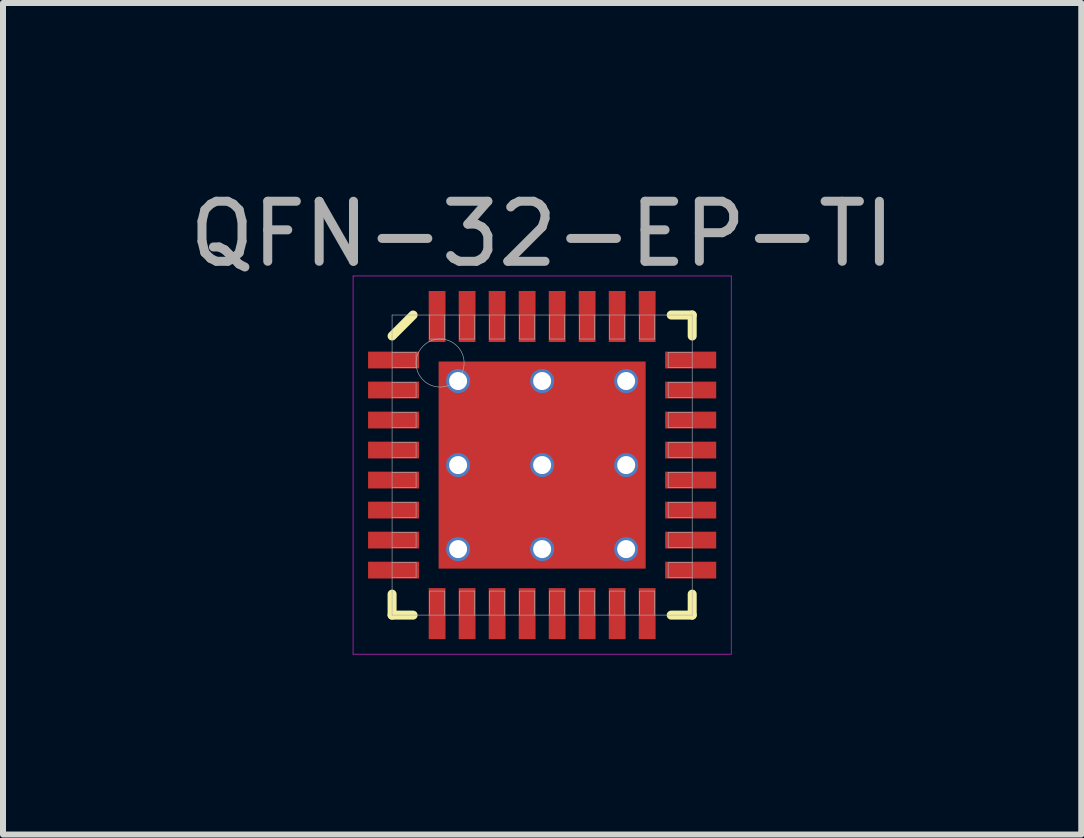
<source format=kicad_pcb>
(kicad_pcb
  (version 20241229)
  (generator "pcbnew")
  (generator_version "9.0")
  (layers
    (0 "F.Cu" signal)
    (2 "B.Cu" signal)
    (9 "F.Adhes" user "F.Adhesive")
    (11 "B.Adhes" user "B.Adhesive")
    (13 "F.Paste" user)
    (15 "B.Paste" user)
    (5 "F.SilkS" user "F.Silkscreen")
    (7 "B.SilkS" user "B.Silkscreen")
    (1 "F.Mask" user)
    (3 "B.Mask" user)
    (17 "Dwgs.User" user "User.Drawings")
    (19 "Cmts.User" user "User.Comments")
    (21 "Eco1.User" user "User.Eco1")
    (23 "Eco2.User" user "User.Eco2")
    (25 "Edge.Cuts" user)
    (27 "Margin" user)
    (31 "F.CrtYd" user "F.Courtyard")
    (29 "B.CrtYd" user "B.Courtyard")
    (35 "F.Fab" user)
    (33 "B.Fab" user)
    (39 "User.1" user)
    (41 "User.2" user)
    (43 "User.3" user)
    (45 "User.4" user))
  (footprint "QFN-32-EP-TI"
    (layer "F.Cu")
    (at 5.982 4.698)
    (property "Reference" "QFN-32-EP-TI" (at 0 -3.85 0) (layer "F.Fab") (effects (font (size 1 1) (thickness 0.15))))
    (attr through_hole)
    (fp_line (start -2.5 -2.15) (end -2.15 -2.5) (stroke (width 0.15) (type solid)) (layer "F.SilkS"))
    (fp_line (start -2.5 2.5) (end -2.5 2.15) (stroke (width 0.15) (type solid)) (layer "F.SilkS"))
    (fp_line (start -2.15 2.5) (end -2.5 2.5) (stroke (width 0.15) (type solid)) (layer "F.SilkS"))
    (fp_line (start 2.15 -2.5) (end 2.5 -2.5) (stroke (width 0.15) (type solid)) (layer "F.SilkS"))
    (fp_line (start 2.15 2.5) (end 2.5 2.5) (stroke (width 0.15) (type solid)) (layer "F.SilkS"))
    (fp_line (start 2.5 -2.5) (end 2.5 -2.15) (stroke (width 0.15) (type solid)) (layer "F.SilkS"))
    (fp_line (start 2.5 2.5) (end 2.5 2.15) (stroke (width 0.15) (type solid)) (layer "F.SilkS"))
    (fp_line (start -3.15 -3.15) (end 3.15 -3.15) (stroke (width 0.01) (type solid)) (layer "F.CrtYd"))
    (fp_line (start -3.15 3.15) (end -3.15 -3.15) (stroke (width 0.01) (type solid)) (layer "F.CrtYd"))
    (fp_line (start 3.15 -3.15) (end 3.15 3.15) (stroke (width 0.01) (type solid)) (layer "F.CrtYd"))
    (fp_line (start 3.15 3.15) (end -3.15 3.15) (stroke (width 0.01) (type solid)) (layer "F.CrtYd"))
    (fp_line (start -2.5 -2.5) (end 2.5 -2.5) (stroke (width 0.01) (type solid)) (layer "F.Fab"))
    (fp_line (start -2.5 -1.625) (end -2.1 -1.625) (stroke (width 0.01) (type solid)) (layer "F.Fab"))
    (fp_line (start -2.5 -1.125) (end -2.1 -1.125) (stroke (width 0.01) (type solid)) (layer "F.Fab"))
    (fp_line (start -2.5 -0.625) (end -2.1 -0.625) (stroke (width 0.01) (type solid)) (layer "F.Fab"))
    (fp_line (start -2.5 -0.125) (end -2.1 -0.125) (stroke (width 0.01) (type solid)) (layer "F.Fab"))
    (fp_line (start -2.5 0.375) (end -2.1 0.375) (stroke (width 0.01) (type solid)) (layer "F.Fab"))
    (fp_line (start -2.5 0.875) (end -2.1 0.875) (stroke (width 0.01) (type solid)) (layer "F.Fab"))
    (fp_line (start -2.5 1.375) (end -2.1 1.375) (stroke (width 0.01) (type solid)) (layer "F.Fab"))
    (fp_line (start -2.5 1.875) (end -2.1 1.875) (stroke (width 0.01) (type solid)) (layer "F.Fab"))
    (fp_line (start -2.5 2.5) (end -2.5 -2.5) (stroke (width 0.01) (type solid)) (layer "F.Fab"))
    (fp_line (start -2.1 -1.875) (end -2.5 -1.875) (stroke (width 0.01) (type solid)) (layer "F.Fab"))
    (fp_line (start -2.1 -1.625) (end -2.1 -1.875) (stroke (width 0.01) (type solid)) (layer "F.Fab"))
    (fp_line (start -2.1 -1.375) (end -2.5 -1.375) (stroke (width 0.01) (type solid)) (layer "F.Fab"))
    (fp_line (start -2.1 -1.125) (end -2.1 -1.375) (stroke (width 0.01) (type solid)) (layer "F.Fab"))
    (fp_line (start -2.1 -0.875) (end -2.5 -0.875) (stroke (width 0.01) (type solid)) (layer "F.Fab"))
    (fp_line (start -2.1 -0.625) (end -2.1 -0.875) (stroke (width 0.01) (type solid)) (layer "F.Fab"))
    (fp_line (start -2.1 -0.375) (end -2.5 -0.375) (stroke (width 0.01) (type solid)) (layer "F.Fab"))
    (fp_line (start -2.1 -0.125) (end -2.1 -0.375) (stroke (width 0.01) (type solid)) (layer "F.Fab"))
    (fp_line (start -2.1 0.125) (end -2.5 0.125) (stroke (width 0.01) (type solid)) (layer "F.Fab"))
    (fp_line (start -2.1 0.375) (end -2.1 0.125) (stroke (width 0.01) (type solid)) (layer "F.Fab"))
    (fp_line (start -2.1 0.625) (end -2.5 0.625) (stroke (width 0.01) (type solid)) (layer "F.Fab"))
    (fp_line (start -2.1 0.875) (end -2.1 0.625) (stroke (width 0.01) (type solid)) (layer "F.Fab"))
    (fp_line (start -2.1 1.125) (end -2.5 1.125) (stroke (width 0.01) (type solid)) (layer "F.Fab"))
    (fp_line (start -2.1 1.375) (end -2.1 1.125) (stroke (width 0.01) (type solid)) (layer "F.Fab"))
    (fp_line (start -2.1 1.625) (end -2.5 1.625) (stroke (width 0.01) (type solid)) (layer "F.Fab"))
    (fp_line (start -2.1 1.875) (end -2.1 1.625) (stroke (width 0.01) (type solid)) (layer "F.Fab"))
    (fp_line (start -1.875 -2.5) (end -1.875 -2.1) (stroke (width 0.01) (type solid)) (layer "F.Fab"))
    (fp_line (start -1.875 -2.1) (end -1.625 -2.1) (stroke (width 0.01) (type solid)) (layer "F.Fab"))
    (fp_line (start -1.875 2.1) (end -1.875 2.5) (stroke (width 0.01) (type solid)) (layer "F.Fab"))
    (fp_line (start -1.625 -2.1) (end -1.625 -2.5) (stroke (width 0.01) (type solid)) (layer "F.Fab"))
    (fp_line (start -1.625 2.1) (end -1.875 2.1) (stroke (width 0.01) (type solid)) (layer "F.Fab"))
    (fp_line (start -1.625 2.5) (end -1.625 2.1) (stroke (width 0.01) (type solid)) (layer "F.Fab"))
    (fp_line (start -1.375 -2.5) (end -1.375 -2.1) (stroke (width 0.01) (type solid)) (layer "F.Fab"))
    (fp_line (start -1.375 -2.1) (end -1.125 -2.1) (stroke (width 0.01) (type solid)) (layer "F.Fab"))
    (fp_line (start -1.375 2.1) (end -1.375 2.5) (stroke (width 0.01) (type solid)) (layer "F.Fab"))
    (fp_line (start -1.125 -2.1) (end -1.125 -2.5) (stroke (width 0.01) (type solid)) (layer "F.Fab"))
    (fp_line (start -1.125 2.1) (end -1.375 2.1) (stroke (width 0.01) (type solid)) (layer "F.Fab"))
    (fp_line (start -1.125 2.5) (end -1.125 2.1) (stroke (width 0.01) (type solid)) (layer "F.Fab"))
    (fp_line (start -0.875 -2.5) (end -0.875 -2.1) (stroke (width 0.01) (type solid)) (layer "F.Fab"))
    (fp_line (start -0.875 -2.1) (end -0.625 -2.1) (stroke (width 0.01) (type solid)) (layer "F.Fab"))
    (fp_line (start -0.875 2.1) (end -0.875 2.5) (stroke (width 0.01) (type solid)) (layer "F.Fab"))
    (fp_line (start -0.625 -2.1) (end -0.625 -2.5) (stroke (width 0.01) (type solid)) (layer "F.Fab"))
    (fp_line (start -0.625 2.1) (end -0.875 2.1) (stroke (width 0.01) (type solid)) (layer "F.Fab"))
    (fp_line (start -0.625 2.5) (end -0.625 2.1) (stroke (width 0.01) (type solid)) (layer "F.Fab"))
    (fp_line (start -0.375 -2.5) (end -0.375 -2.1) (stroke (width 0.01) (type solid)) (layer "F.Fab"))
    (fp_line (start -0.375 -2.1) (end -0.125 -2.1) (stroke (width 0.01) (type solid)) (layer "F.Fab"))
    (fp_line (start -0.375 2.1) (end -0.375 2.5) (stroke (width 0.01) (type solid)) (layer "F.Fab"))
    (fp_line (start -0.125 -2.1) (end -0.125 -2.5) (stroke (width 0.01) (type solid)) (layer "F.Fab"))
    (fp_line (start -0.125 2.1) (end -0.375 2.1) (stroke (width 0.01) (type solid)) (layer "F.Fab"))
    (fp_line (start -0.125 2.5) (end -0.125 2.1) (stroke (width 0.01) (type solid)) (layer "F.Fab"))
    (fp_line (start 0.125 -2.5) (end 0.125 -2.1) (stroke (width 0.01) (type solid)) (layer "F.Fab"))
    (fp_line (start 0.125 -2.1) (end 0.375 -2.1) (stroke (width 0.01) (type solid)) (layer "F.Fab"))
    (fp_line (start 0.125 2.1) (end 0.125 2.5) (stroke (width 0.01) (type solid)) (layer "F.Fab"))
    (fp_line (start 0.375 -2.1) (end 0.375 -2.5) (stroke (width 0.01) (type solid)) (layer "F.Fab"))
    (fp_line (start 0.375 2.1) (end 0.125 2.1) (stroke (width 0.01) (type solid)) (layer "F.Fab"))
    (fp_line (start 0.375 2.5) (end 0.375 2.1) (stroke (width 0.01) (type solid)) (layer "F.Fab"))
    (fp_line (start 0.625 -2.5) (end 0.625 -2.1) (stroke (width 0.01) (type solid)) (layer "F.Fab"))
    (fp_line (start 0.625 -2.1) (end 0.875 -2.1) (stroke (width 0.01) (type solid)) (layer "F.Fab"))
    (fp_line (start 0.625 2.1) (end 0.625 2.5) (stroke (width 0.01) (type solid)) (layer "F.Fab"))
    (fp_line (start 0.875 -2.1) (end 0.875 -2.5) (stroke (width 0.01) (type solid)) (layer "F.Fab"))
    (fp_line (start 0.875 2.1) (end 0.625 2.1) (stroke (width 0.01) (type solid)) (layer "F.Fab"))
    (fp_line (start 0.875 2.5) (end 0.875 2.1) (stroke (width 0.01) (type solid)) (layer "F.Fab"))
    (fp_line (start 1.125 -2.5) (end 1.125 -2.1) (stroke (width 0.01) (type solid)) (layer "F.Fab"))
    (fp_line (start 1.125 -2.1) (end 1.375 -2.1) (stroke (width 0.01) (type solid)) (layer "F.Fab"))
    (fp_line (start 1.125 2.1) (end 1.125 2.5) (stroke (width 0.01) (type solid)) (layer "F.Fab"))
    (fp_line (start 1.375 -2.1) (end 1.375 -2.5) (stroke (width 0.01) (type solid)) (layer "F.Fab"))
    (fp_line (start 1.375 2.1) (end 1.125 2.1) (stroke (width 0.01) (type solid)) (layer "F.Fab"))
    (fp_line (start 1.375 2.5) (end 1.375 2.1) (stroke (width 0.01) (type solid)) (layer "F.Fab"))
    (fp_line (start 1.625 -2.5) (end 1.625 -2.1) (stroke (width 0.01) (type solid)) (layer "F.Fab"))
    (fp_line (start 1.625 -2.1) (end 1.875 -2.1) (stroke (width 0.01) (type solid)) (layer "F.Fab"))
    (fp_line (start 1.625 2.1) (end 1.625 2.5) (stroke (width 0.01) (type solid)) (layer "F.Fab"))
    (fp_line (start 1.875 -2.1) (end 1.875 -2.5) (stroke (width 0.01) (type solid)) (layer "F.Fab"))
    (fp_line (start 1.875 2.1) (end 1.625 2.1) (stroke (width 0.01) (type solid)) (layer "F.Fab"))
    (fp_line (start 1.875 2.5) (end 1.875 2.1) (stroke (width 0.01) (type solid)) (layer "F.Fab"))
    (fp_line (start 2.1 -1.875) (end 2.1 -1.625) (stroke (width 0.01) (type solid)) (layer "F.Fab"))
    (fp_line (start 2.1 -1.625) (end 2.5 -1.625) (stroke (width 0.01) (type solid)) (layer "F.Fab"))
    (fp_line (start 2.1 -1.375) (end 2.1 -1.125) (stroke (width 0.01) (type solid)) (layer "F.Fab"))
    (fp_line (start 2.1 -1.125) (end 2.5 -1.125) (stroke (width 0.01) (type solid)) (layer "F.Fab"))
    (fp_line (start 2.1 -0.875) (end 2.1 -0.625) (stroke (width 0.01) (type solid)) (layer "F.Fab"))
    (fp_line (start 2.1 -0.625) (end 2.5 -0.625) (stroke (width 0.01) (type solid)) (layer "F.Fab"))
    (fp_line (start 2.1 -0.375) (end 2.1 -0.125) (stroke (width 0.01) (type solid)) (layer "F.Fab"))
    (fp_line (start 2.1 -0.125) (end 2.5 -0.125) (stroke (width 0.01) (type solid)) (layer "F.Fab"))
    (fp_line (start 2.1 0.125) (end 2.1 0.375) (stroke (width 0.01) (type solid)) (layer "F.Fab"))
    (fp_line (start 2.1 0.375) (end 2.5 0.375) (stroke (width 0.01) (type solid)) (layer "F.Fab"))
    (fp_line (start 2.1 0.625) (end 2.1 0.875) (stroke (width 0.01) (type solid)) (layer "F.Fab"))
    (fp_line (start 2.1 0.875) (end 2.5 0.875) (stroke (width 0.01) (type solid)) (layer "F.Fab"))
    (fp_line (start 2.1 1.125) (end 2.1 1.375) (stroke (width 0.01) (type solid)) (layer "F.Fab"))
    (fp_line (start 2.1 1.375) (end 2.5 1.375) (stroke (width 0.01) (type solid)) (layer "F.Fab"))
    (fp_line (start 2.1 1.625) (end 2.1 1.875) (stroke (width 0.01) (type solid)) (layer "F.Fab"))
    (fp_line (start 2.1 1.875) (end 2.5 1.875) (stroke (width 0.01) (type solid)) (layer "F.Fab"))
    (fp_line (start 2.5 -2.5) (end 2.5 2.5) (stroke (width 0.01) (type solid)) (layer "F.Fab"))
    (fp_line (start 2.5 -1.875) (end 2.1 -1.875) (stroke (width 0.01) (type solid)) (layer "F.Fab"))
    (fp_line (start 2.5 -1.375) (end 2.1 -1.375) (stroke (width 0.01) (type solid)) (layer "F.Fab"))
    (fp_line (start 2.5 -0.875) (end 2.1 -0.875) (stroke (width 0.01) (type solid)) (layer "F.Fab"))
    (fp_line (start 2.5 -0.375) (end 2.1 -0.375) (stroke (width 0.01) (type solid)) (layer "F.Fab"))
    (fp_line (start 2.5 0.125) (end 2.1 0.125) (stroke (width 0.01) (type solid)) (layer "F.Fab"))
    (fp_line (start 2.5 0.625) (end 2.1 0.625) (stroke (width 0.01) (type solid)) (layer "F.Fab"))
    (fp_line (start 2.5 1.125) (end 2.1 1.125) (stroke (width 0.01) (type solid)) (layer "F.Fab"))
    (fp_line (start 2.5 1.625) (end 2.1 1.625) (stroke (width 0.01) (type solid)) (layer "F.Fab"))
    (fp_line (start 2.5 2.5) (end -2.5 2.5) (stroke (width 0.01) (type solid)) (layer "F.Fab"))
    (fp_circle (center -1.7 -1.7) (end -1.7 -1.3) (stroke (width 0.01) (type solid)) (fill no) (layer "F.Fab"))
    (pad "" smd rect (at -0.875 -0.875) (size 1.45 1.45) (layers "F.Paste"))
    (pad "" smd rect (at -0.875 0.875) (size 1.45 1.45) (layers "F.Paste"))
    (pad "" smd rect (at 0 0) (size 3.45 3.45) (layers "F.Mask"))
    (pad "" smd rect (at 0.875 -0.875) (size 1.45 1.45) (layers "F.Paste"))
    (pad "" smd rect (at 0.875 0.875) (size 1.45 1.45) (layers "F.Paste"))
    (pad "1" smd rect (at -2.475 -1.75) (size 0.85 0.28) (layers "F.Cu" "F.Mask" "F.Paste"))
    (pad "2" smd rect (at -2.475 -1.25) (size 0.85 0.28) (layers "F.Cu" "F.Mask" "F.Paste"))
    (pad "3" smd rect (at -2.475 -0.75) (size 0.85 0.28) (layers "F.Cu" "F.Mask" "F.Paste"))
    (pad "4" smd rect (at -2.475 -0.25) (size 0.85 0.28) (layers "F.Cu" "F.Mask" "F.Paste"))
    (pad "5" smd rect (at -2.475 0.25) (size 0.85 0.28) (layers "F.Cu" "F.Mask" "F.Paste"))
    (pad "6" smd rect (at -2.475 0.75) (size 0.85 0.28) (layers "F.Cu" "F.Mask" "F.Paste"))
    (pad "7" smd rect (at -2.475 1.25) (size 0.85 0.28) (layers "F.Cu" "F.Mask" "F.Paste"))
    (pad "8" smd rect (at -2.475 1.75) (size 0.85 0.28) (layers "F.Cu" "F.Mask" "F.Paste"))
    (pad "9" smd rect (at -1.75 2.475) (size 0.28 0.85) (layers "F.Cu" "F.Mask" "F.Paste"))
    (pad "10" smd rect (at -1.25 2.475) (size 0.28 0.85) (layers "F.Cu" "F.Mask" "F.Paste"))
    (pad "11" smd rect (at -0.75 2.475) (size 0.28 0.85) (layers "F.Cu" "F.Mask" "F.Paste"))
    (pad "12" smd rect (at -0.25 2.475) (size 0.28 0.85) (layers "F.Cu" "F.Mask" "F.Paste"))
    (pad "13" smd rect (at 0.25 2.475) (size 0.28 0.85) (layers "F.Cu" "F.Mask" "F.Paste"))
    (pad "14" smd rect (at 0.75 2.475) (size 0.28 0.85) (layers "F.Cu" "F.Mask" "F.Paste"))
    (pad "15" smd rect (at 1.25 2.475) (size 0.28 0.85) (layers "F.Cu" "F.Mask" "F.Paste"))
    (pad "16" smd rect (at 1.75 2.475) (size 0.28 0.85) (layers "F.Cu" "F.Mask" "F.Paste"))
    (pad "17" smd rect (at 2.475 1.75) (size 0.85 0.28) (layers "F.Cu" "F.Mask" "F.Paste"))
    (pad "18" smd rect (at 2.475 1.25) (size 0.85 0.28) (layers "F.Cu" "F.Mask" "F.Paste"))
    (pad "19" smd rect (at 2.475 0.75) (size 0.85 0.28) (layers "F.Cu" "F.Mask" "F.Paste"))
    (pad "20" smd rect (at 2.475 0.25) (size 0.85 0.28) (layers "F.Cu" "F.Mask" "F.Paste"))
    (pad "21" smd rect (at 2.475 -0.25) (size 0.85 0.28) (layers "F.Cu" "F.Mask" "F.Paste"))
    (pad "22" smd rect (at 2.475 -0.75) (size 0.85 0.28) (layers "F.Cu" "F.Mask" "F.Paste"))
    (pad "23" smd rect (at 2.475 -1.25) (size 0.85 0.28) (layers "F.Cu" "F.Mask" "F.Paste"))
    (pad "24" smd rect (at 2.475 -1.75) (size 0.85 0.28) (layers "F.Cu" "F.Mask" "F.Paste"))
    (pad "25" smd rect (at 1.75 -2.475) (size 0.28 0.85) (layers "F.Cu" "F.Mask" "F.Paste"))
    (pad "26" smd rect (at 1.25 -2.475) (size 0.28 0.85) (layers "F.Cu" "F.Mask" "F.Paste"))
    (pad "27" smd rect (at 0.75 -2.475) (size 0.28 0.85) (layers "F.Cu" "F.Mask" "F.Paste"))
    (pad "28" smd rect (at 0.25 -2.475) (size 0.28 0.85) (layers "F.Cu" "F.Mask" "F.Paste"))
    (pad "29" smd rect (at -0.25 -2.475) (size 0.28 0.85) (layers "F.Cu" "F.Mask" "F.Paste"))
    (pad "30" smd rect (at -0.75 -2.475) (size 0.28 0.85) (layers "F.Cu" "F.Mask" "F.Paste"))
    (pad "31" smd rect (at -1.25 -2.475) (size 0.28 0.85) (layers "F.Cu" "F.Mask" "F.Paste"))
    (pad "32" smd rect (at -1.75 -2.475) (size 0.28 0.85) (layers "F.Cu" "F.Mask" "F.Paste"))
    (pad "EP" thru_hole circle (at -1.4 -1.4) (size 0.4 0.4) (drill 0.3) (layers "*.Cu"))
    (pad "EP" thru_hole circle (at -1.4 0) (size 0.4 0.4) (drill 0.3) (layers "*.Cu"))
    (pad "EP" thru_hole circle (at -1.4 1.4) (size 0.4 0.4) (drill 0.3) (layers "*.Cu"))
    (pad "EP" thru_hole circle (at 0 -1.4) (size 0.4 0.4) (drill 0.3) (layers "*.Cu"))
    (pad "EP" thru_hole circle (at 0 0) (size 0.4 0.4) (drill 0.3) (layers "*.Cu"))
    (pad "EP" smd rect (at 0 0) (size 3.45 3.45) (layers "F.Cu"))
    (pad "EP" thru_hole circle (at 0 1.4) (size 0.4 0.4) (drill 0.3) (layers "*.Cu"))
    (pad "EP" thru_hole circle (at 1.4 -1.4) (size 0.4 0.4) (drill 0.3) (layers "*.Cu"))
    (pad "EP" thru_hole circle (at 1.4 0) (size 0.4 0.4) (drill 0.3) (layers "*.Cu"))
    (pad "EP" thru_hole circle (at 1.4 1.4) (size 0.4 0.4) (drill 0.3) (layers "*.Cu")))
  (gr_rect
    (start -3 -3)
    (end 14.964 10.853)
    (stroke (width 0.1) (type default))
    (fill no)
    (layer "Edge.Cuts")))
</source>
